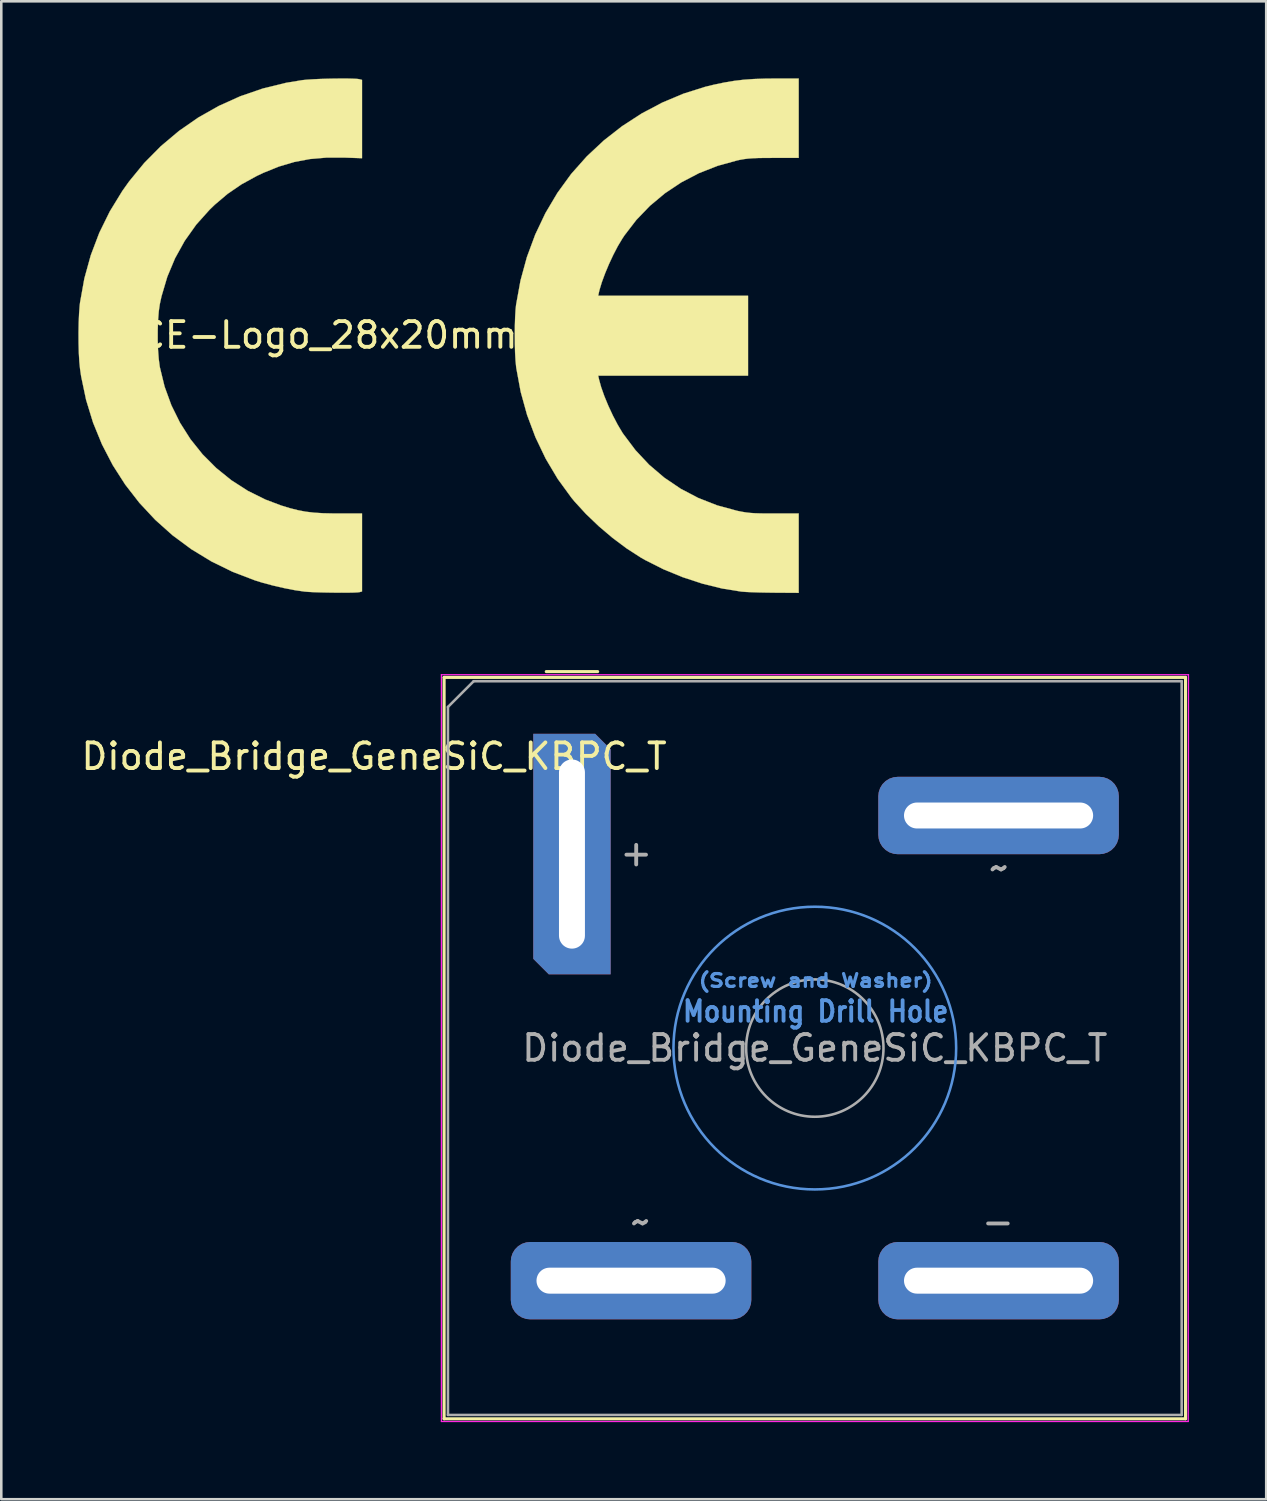
<source format=kicad_pcb>
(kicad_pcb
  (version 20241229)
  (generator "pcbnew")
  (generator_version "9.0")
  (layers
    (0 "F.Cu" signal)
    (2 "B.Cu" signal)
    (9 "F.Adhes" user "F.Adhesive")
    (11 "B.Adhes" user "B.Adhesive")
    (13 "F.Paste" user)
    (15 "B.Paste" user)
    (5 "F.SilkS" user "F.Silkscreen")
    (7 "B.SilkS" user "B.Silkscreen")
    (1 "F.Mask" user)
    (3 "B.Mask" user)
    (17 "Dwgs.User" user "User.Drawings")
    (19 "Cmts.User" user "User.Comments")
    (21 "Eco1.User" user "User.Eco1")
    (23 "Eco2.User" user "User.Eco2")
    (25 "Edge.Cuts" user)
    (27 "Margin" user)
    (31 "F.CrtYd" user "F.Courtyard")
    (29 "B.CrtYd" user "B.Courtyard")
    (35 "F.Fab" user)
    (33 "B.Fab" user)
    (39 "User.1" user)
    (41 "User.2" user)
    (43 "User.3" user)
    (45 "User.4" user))
  (footprint "Diode_Bridge_GeneSiC_KBPC_T"
    (layer "F.Cu")
    (at 19.206 30.183)
    (property "Reference" "Diode_Bridge_GeneSiC_KBPC_T" (at -7.7 -3.8 180) (layer "F.SilkS") (effects (font (size 1 1) (thickness 0.15))))
    (attr through_hole)
    (fp_line (start -4.975 -6.875) (end 23.875 -6.875) (stroke (width 0.12) (type solid)) (layer "F.SilkS"))
    (fp_line (start -4.975 21.975) (end -4.975 -6.875) (stroke (width 0.12) (type solid)) (layer "F.SilkS"))
    (fp_line (start -1 -7.1) (end 1 -7.1) (stroke (width 0.12) (type solid)) (layer "F.SilkS"))
    (fp_line (start 23.875 -6.875) (end 23.875 21.975) (stroke (width 0.12) (type solid)) (layer "F.SilkS"))
    (fp_line (start 23.875 21.975) (end -4.975 21.975) (stroke (width 0.12) (type solid)) (layer "F.SilkS"))
    (fp_circle (center 9.45 7.55) (end 14.95 7.55) (stroke (width 0.1) (type solid)) (fill no) (layer "Cmts.User"))
    (fp_line (start -5.08 -6.98) (end 23.99 -6.98) (stroke (width 0.05) (type solid)) (layer "F.CrtYd"))
    (fp_line (start -5.08 22.08) (end -5.08 -6.98) (stroke (width 0.05) (type solid)) (layer "F.CrtYd"))
    (fp_line (start 23.98 22.08) (end -5.08 22.08) (stroke (width 0.05) (type solid)) (layer "F.CrtYd"))
    (fp_line (start 23.99 -6.98) (end 23.98 22.08) (stroke (width 0.05) (type solid)) (layer "F.CrtYd"))
    (fp_line (start -4.825 21.825) (end -4.825 -5.725) (stroke (width 0.1) (type solid)) (layer "F.Fab"))
    (fp_line (start -4.825 21.825) (end 23.725 21.825) (stroke (width 0.1) (type solid)) (layer "F.Fab"))
    (fp_line (start -3.825 -6.725) (end -4.825 -5.725) (stroke (width 0.1) (type solid)) (layer "F.Fab"))
    (fp_line (start -3.825 -6.725) (end 23.725 -6.725) (stroke (width 0.1) (type solid)) (layer "F.Fab"))
    (fp_line (start 23.725 -6.725) (end 23.725 21.825) (stroke (width 0.1) (type solid)) (layer "F.Fab"))
    (fp_circle (center 9.45 7.55) (end 12.122 7.55) (stroke (width 0.1) (type solid)) (fill no) (layer "F.Fab"))
    (fp_text user "Mounting Drill Hole" (at 9.483 6.125 0) (unlocked yes) (layer "Cmts.User") (effects (font (size 0.8 0.7) (thickness 0.15))))
    (fp_text user "(Screw and Washer)" (at 9.483 4.925 0) (unlocked yes) (layer "Cmts.User") (effects (font (size 0.5 0.6) (thickness 0.125))))
    (fp_text user "${REFERENCE}" (at 9.45 7.55 180) (layer "F.Fab") (effects (font (size 1 1) (thickness 0.15))))
    (fp_text user "~" (at 2.675 14.3 0) (unlocked yes) (layer "F.Fab") (effects (font (size 1 1) (thickness 0.15))))
    (fp_text user "+" (at 2.5 -0.05 0) (unlocked yes) (layer "F.Fab") (effects (font (size 1 1) (thickness 0.15))))
    (fp_text user "~" (at 16.625 0.525 0) (unlocked yes) (layer "F.Fab") (effects (font (size 1 1) (thickness 0.15))))
    (fp_text user "-" (at 16.575 14.3 0) (unlocked yes) (layer "F.Fab") (effects (font (size 1 1) (thickness 0.15))))
    (pad "1" thru_hole roundrect (at 0 0 90) (size 9.36 3.01) (drill oval 7.36 1.01) (layers "*.Cu" "*.Mask") (roundrect_rratio 0) (chamfer_ratio 0.2) (chamfer top_left bottom_right))
    (pad "2" thru_hole roundrect (at 16.6 -1.5) (size 9.36 3.01) (drill oval 7.36 1.01) (layers "*.Cu" "*.Mask") (roundrect_rratio 0.25))
    (pad "3" thru_hole roundrect (at 16.6 16.6) (size 9.36 3.01) (drill oval 7.36 1.01) (layers "*.Cu" "*.Mask") (roundrect_rratio 0.25))
    (pad "4" thru_hole roundrect (at 2.3 16.6) (size 9.36 3.01) (drill oval 7.36 1.01) (layers "*.Cu" "*.Mask") (roundrect_rratio 0.25)))
  (footprint "CE-Logo_28x20mm_SilkScreen"
    (layer "F.Cu")
    (at 14.015 9.99)
    (property "Reference" "CE-Logo_28x20mm_SilkScreen" (at 0 0 0) (layer "F.SilkS") (effects (font (size 1 1) (thickness 0.15))))
    (attr exclude_from_pos_files exclude_from_bom allow_missing_courtyard)
    (fp_poly (pts (xy -3.512 -9.983) (xy -3.298 -9.977) (xy -3.144 -9.968) (xy -3.076 -9.957) (xy -2.978 -9.931) (xy -2.978 -6.884) (xy -3.672 -6.908) (xy -4.366 -6.907) (xy -5.009 -6.851) (xy -5.62 -6.736) (xy -6.217 -6.558) (xy -6.822 -6.313) (xy -7.073 -6.194) (xy -7.67 -5.866) (xy -8.209 -5.497) (xy -8.713 -5.07) (xy -8.909 -4.88) (xy -9.428 -4.301) (xy -9.877 -3.669) (xy -10.253 -2.991) (xy -10.555 -2.27) (xy -10.78 -1.511) (xy -10.847 -1.204) (xy -10.887 -0.926) (xy -10.914 -0.585) (xy -10.927 -0.205) (xy -10.928 0.189) (xy -10.915 0.575) (xy -10.888 0.929) (xy -10.849 1.226) (xy -10.845 1.248) (xy -10.66 2.005) (xy -10.397 2.728) (xy -10.06 3.41) (xy -9.655 4.048) (xy -9.184 4.637) (xy -8.652 5.171) (xy -8.063 5.647) (xy -7.423 6.058) (xy -6.734 6.4) (xy -6.127 6.629) (xy -5.785 6.734) (xy -5.472 6.813) (xy -5.165 6.871) (xy -4.843 6.909) (xy -4.485 6.931) (xy -4.069 6.94) (xy -3.887 6.94) (xy -2.978 6.939) (xy -2.978 9.975) (xy -3.076 10.001) (xy -3.161 10.011) (xy -3.316 10.018) (xy -3.527 10.022) (xy -3.778 10.023) (xy -4.051 10.021) (xy -4.333 10.017) (xy -4.605 10.011) (xy -4.853 10.003) (xy -5.06 9.992) (xy -5.21 9.98) (xy -5.211 9.98) (xy -5.585 9.926) (xy -6.008 9.844) (xy -6.446 9.743) (xy -6.869 9.629) (xy -7.137 9.546) (xy -8.013 9.211) (xy -8.843 8.804) (xy -9.624 8.328) (xy -10.353 7.788) (xy -11.026 7.186) (xy -11.64 6.528) (xy -12.192 5.817) (xy -12.679 5.057) (xy -13.097 4.252) (xy -13.443 3.407) (xy -13.714 2.524) (xy -13.907 1.608) (xy -13.95 1.314) (xy -13.978 1.033) (xy -13.998 0.689) (xy -14.008 0.305) (xy -14.01 -0.096) (xy -14.003 -0.49) (xy -13.987 -0.854) (xy -13.963 -1.164) (xy -13.95 -1.27) (xy -13.782 -2.206) (xy -13.532 -3.11) (xy -13.202 -3.98) (xy -12.792 -4.814) (xy -12.304 -5.611) (xy -12.043 -5.978) (xy -11.453 -6.698) (xy -10.804 -7.354) (xy -10.101 -7.945) (xy -9.349 -8.467) (xy -8.551 -8.918) (xy -7.712 -9.296) (xy -6.838 -9.596) (xy -5.932 -9.818) (xy -5.3 -9.922) (xy -5.127 -9.939) (xy -4.899 -9.954) (xy -4.633 -9.967) (xy -4.345 -9.976) (xy -4.051 -9.982) (xy -3.768 -9.984) (xy -3.512 -9.983)) (stroke (width 0.01) (type solid)) (fill yes) (layer "F.SilkS"))
    (fp_poly (pts (xy 14.014 -8.441) (xy 14.014 -6.897) (xy 13.039 -6.896) (xy 12.702 -6.895) (xy 12.435 -6.891) (xy 12.221 -6.882) (xy 12.045 -6.869) (xy 11.887 -6.849) (xy 11.733 -6.822) (xy 11.621 -6.798) (xy 10.86 -6.588) (xy 10.134 -6.303) (xy 9.448 -5.945) (xy 8.81 -5.52) (xy 8.223 -5.03) (xy 7.695 -4.481) (xy 7.23 -3.875) (xy 7.149 -3.752) (xy 6.977 -3.465) (xy 6.802 -3.129) (xy 6.633 -2.768) (xy 6.481 -2.404) (xy 6.354 -2.061) (xy 6.263 -1.76) (xy 6.243 -1.675) (xy 6.212 -1.533) (xy 12.043 -1.533) (xy 12.043 1.577) (xy 6.212 1.577) (xy 6.243 1.719) (xy 6.326 2.021) (xy 6.45 2.372) (xy 6.605 2.747) (xy 6.781 3.125) (xy 6.967 3.481) (xy 7.153 3.794) (xy 7.185 3.841) (xy 7.661 4.475) (xy 8.194 5.044) (xy 8.782 5.545) (xy 9.422 5.978) (xy 10.109 6.338) (xy 10.841 6.625) (xy 11.614 6.835) (xy 11.632 6.839) (xy 11.806 6.874) (xy 11.967 6.9) (xy 12.131 6.919) (xy 12.317 6.931) (xy 12.543 6.938) (xy 12.827 6.941) (xy 13.061 6.941) (xy 14.014 6.941) (xy 14.014 10.029) (xy 13.061 10.023) (xy 12.757 10.019) (xy 12.46 10.013) (xy 12.189 10.004) (xy 11.964 9.994) (xy 11.804 9.982) (xy 11.78 9.98) (xy 11.034 9.86) (xy 10.267 9.671) (xy 9.499 9.419) (xy 8.752 9.112) (xy 8.046 8.756) (xy 7.861 8.65) (xy 7.32 8.301) (xy 6.77 7.89) (xy 6.235 7.436) (xy 5.735 6.958) (xy 5.292 6.475) (xy 5.171 6.328) (xy 4.637 5.595) (xy 4.169 4.808) (xy 3.771 3.976) (xy 3.445 3.107) (xy 3.196 2.208) (xy 3.026 1.288) (xy 3.018 1.226) (xy 2.995 0.989) (xy 2.978 0.689) (xy 2.969 0.347) (xy 2.966 -0.013) (xy 2.969 -0.371) (xy 2.98 -0.704) (xy 2.997 -0.991) (xy 3.017 -1.182) (xy 3.189 -2.126) (xy 3.438 -3.038) (xy 3.762 -3.913) (xy 4.158 -4.747) (xy 4.625 -5.534) (xy 5.159 -6.269) (xy 5.171 -6.283) (xy 5.768 -6.955) (xy 6.427 -7.572) (xy 7.14 -8.129) (xy 7.9 -8.622) (xy 8.698 -9.045) (xy 9.526 -9.394) (xy 10.376 -9.662) (xy 10.708 -9.743) (xy 11.118 -9.829) (xy 11.499 -9.893) (xy 11.876 -9.938) (xy 12.273 -9.966) (xy 12.714 -9.981) (xy 13.083 -9.984) (xy 14.014 -9.985) (xy 14.014 -8.441)) (stroke (width 0.01) (type solid)) (fill yes) (layer "F.SilkS")))
  (gr_rect
    (start -3 -3)
    (end 46.221 55.288)
    (stroke (width 0.1) (type default))
    (fill no)
    (layer "Edge.Cuts")))
</source>
